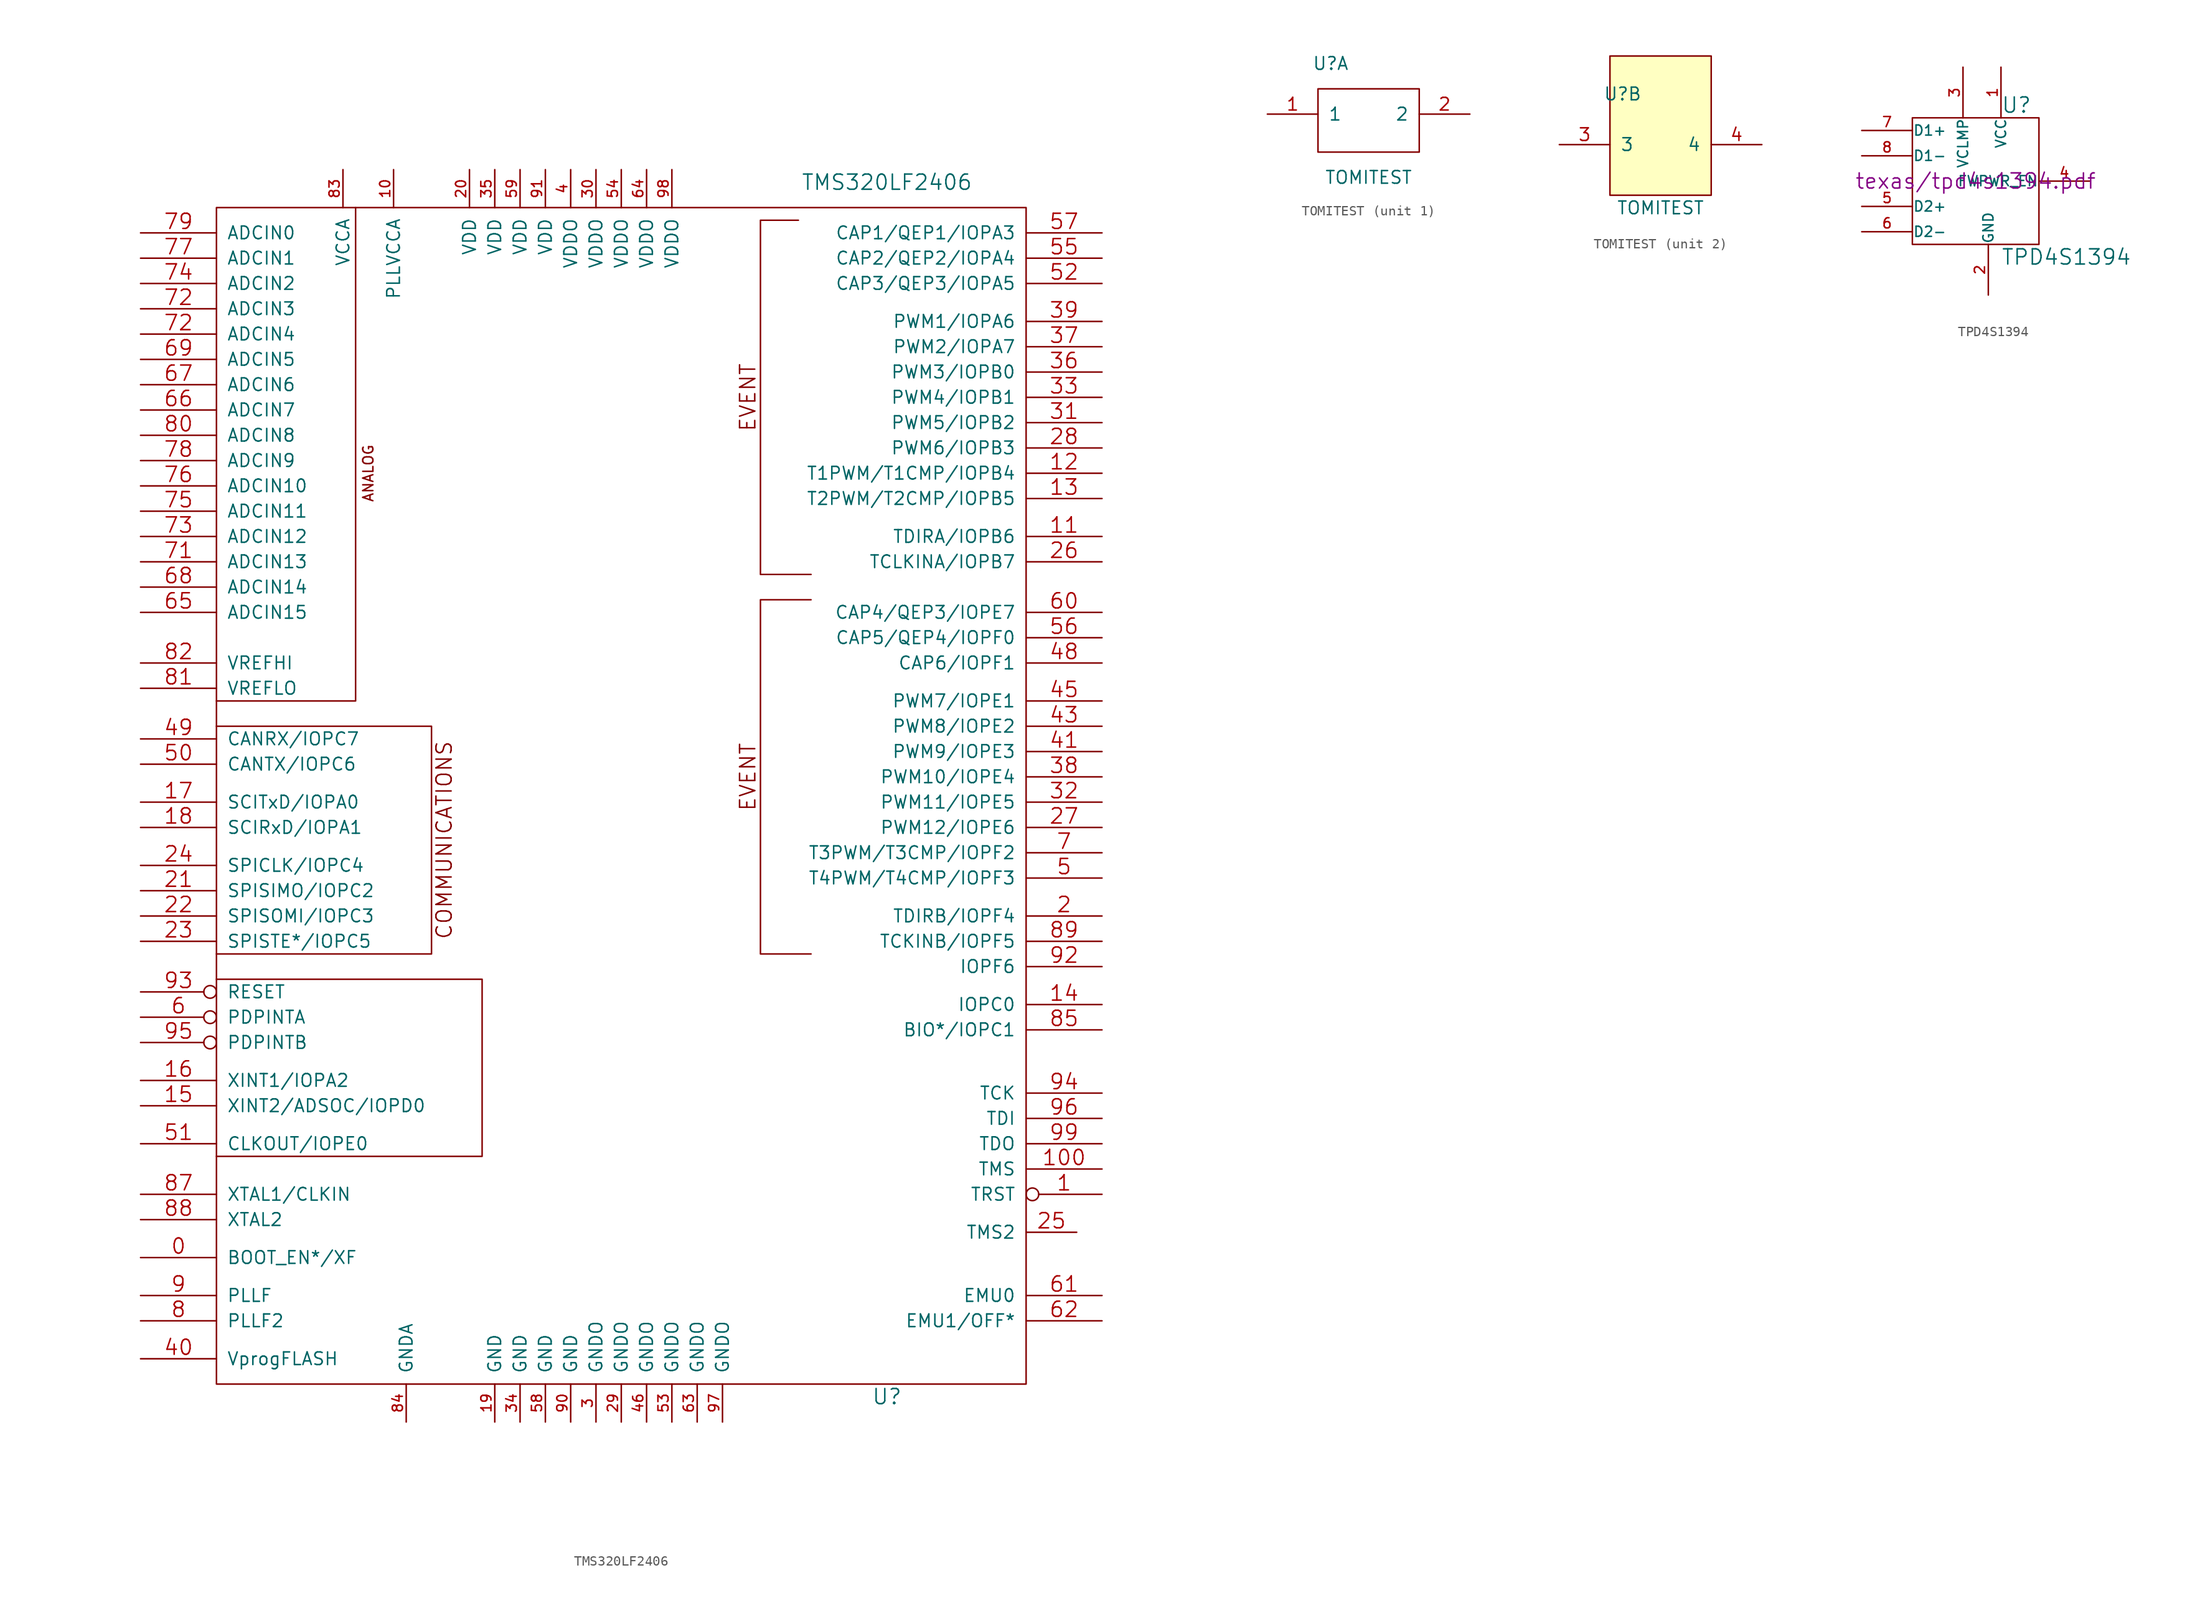
<source format=kicad_sym>
(kicad_symbol_lib
  (version 20211014)
  (generator kicad_symbol_editor)
  (symbol "TMS320LF2406"
    (pin_names
      (offset 1.016))
    (property "Reference" "U"
      (at 26.67 -60.96 0)
      (effects (font (size 1.524 1.524))))
    (property "Value" "TMS320LF2406"
      (at 26.67 60.96 0)
      (effects (font (size 1.524 1.524))))
    (property "Footprint" ""
      (at 0 0 0)
      (effects (font (size 1.524 1.524))))
    (property "Datasheet" ""
      (at 0 0 0)
      (effects (font (size 1.524 1.524))))
    (symbol "TMS320LF2406_0_1"
      (rectangle (start -40.64 58.42) (end 40.64 -59.69) (stroke (width 0) (type default) (color 0 0 0 0)) (fill (type none)))
      (polyline (pts (xy -26.67 58.42) (xy -26.67 8.89) (xy -40.64 8.89)) (stroke (width 0) (type default) (color 0 0 0 0)) (fill (type none)))
      (polyline (pts (xy -40.64 -19.05) (xy -13.97 -19.05) (xy -13.97 -36.83) (xy -40.64 -36.83)) (stroke (width 0) (type default) (color 0 0 0 0)) (fill (type none)))
      (polyline (pts (xy -40.64 6.35) (xy -19.05 6.35) (xy -19.05 -16.51) (xy -40.64 -16.51)) (stroke (width 0) (type default) (color 0 0 0 0)) (fill (type none)))
      (polyline (pts (xy 17.78 57.15) (xy 13.97 57.15) (xy 13.97 21.59) (xy 19.05 21.59)) (stroke (width 0) (type default) (color 0 0 0 0)) (fill (type none)))
      (polyline (pts (xy 19.05 19.05) (xy 13.97 19.05) (xy 13.97 -16.51) (xy 19.05 -16.51)) (stroke (width 0) (type default) (color 0 0 0 0)) (fill (type none)))
      (text "ANALOG" (at -25.4 31.75 1) (effects (font (size 1.016 1.016))))
      (text "COMMUNICATIONS" (at -17.78 -5.08 1) (effects (font (size 1.524 1.524))))
      (text "EVENT" (at 12.7 1.27 1) (effects (font (size 1.524 1.524))))
      (text "EVENT" (at 12.7 39.37 1) (effects (font (size 1.524 1.524))))
      (pin input line (at -48.26 53.34 0) (length 7.62) (name "ADCIN1" (effects (font (size 1.27 1.27)))) (number "77" (effects (font (size 1.524 1.524))))))
    (symbol "TMS320LF2406_1_1"
      (pin input line (at -48.26 -46.99 0) (length 7.62) (name "BOOT_EN*/XF" (effects (font (size 1.27 1.27)))) (number "0" (effects (font (size 1.524 1.524)))))
      (pin input inverted (at 48.26 -40.64 180) (length 7.62) (name "TRST" (effects (font (size 1.27 1.27)))) (number "1" (effects (font (size 1.524 1.524)))))
      (pin power_in line (at -22.86 62.23 270) (length 3.81) (name "PLLVCCA" (effects (font (size 1.27 1.27)))) (number "10" (effects (font (size 1.016 1.016)))))
      (pin input line (at 48.26 -38.1 180) (length 7.62) (name "TMS" (effects (font (size 1.27 1.27)))) (number "100" (effects (font (size 1.524 1.524)))))
      (pin bidirectional line (at 48.26 25.4 180) (length 7.62) (name "TDIRA/IOPB6" (effects (font (size 1.27 1.27)))) (number "11" (effects (font (size 1.524 1.524)))))
      (pin bidirectional line (at 48.26 31.75 180) (length 7.62) (name "T1PWM/T1CMP/IOPB4" (effects (font (size 1.27 1.27)))) (number "12" (effects (font (size 1.524 1.524)))))
      (pin bidirectional line (at 48.26 29.21 180) (length 7.62) (name "T2PWM/T2CMP/IOPB5" (effects (font (size 1.27 1.27)))) (number "13" (effects (font (size 1.524 1.524)))))
      (pin bidirectional line (at 48.26 -21.59 180) (length 7.62) (name "IOPC0" (effects (font (size 1.27 1.27)))) (number "14" (effects (font (size 1.524 1.524)))))
      (pin bidirectional line (at -48.26 -31.75 0) (length 7.62) (name "XINT2/ADSOC/IOPD0" (effects (font (size 1.27 1.27)))) (number "15" (effects (font (size 1.524 1.524)))))
      (pin bidirectional line (at -48.26 -29.21 0) (length 7.62) (name "XINT1/IOPA2" (effects (font (size 1.27 1.27)))) (number "16" (effects (font (size 1.524 1.524)))))
      (pin bidirectional line (at -48.26 -1.27 0) (length 7.62) (name "SCITxD/IOPA0" (effects (font (size 1.27 1.27)))) (number "17" (effects (font (size 1.524 1.524)))))
      (pin bidirectional line (at -48.26 -3.81 0) (length 7.62) (name "SCIRxD/IOPA1" (effects (font (size 1.27 1.27)))) (number "18" (effects (font (size 1.524 1.524)))))
      (pin power_in line (at -12.7 -63.5 90) (length 3.81) (name "GND" (effects (font (size 1.27 1.27)))) (number "19" (effects (font (size 1.016 1.016)))))
      (pin bidirectional line (at 48.26 -12.7 180) (length 7.62) (name "TDIRB/IOPF4" (effects (font (size 1.27 1.27)))) (number "2" (effects (font (size 1.524 1.524)))))
      (pin power_in line (at -15.24 62.23 270) (length 3.81) (name "VDD" (effects (font (size 1.27 1.27)))) (number "20" (effects (font (size 1.016 1.016)))))
      (pin bidirectional line (at -48.26 -10.16 0) (length 7.62) (name "SPISIMO/IOPC2" (effects (font (size 1.27 1.27)))) (number "21" (effects (font (size 1.524 1.524)))))
      (pin bidirectional line (at -48.26 -12.7 0) (length 7.62) (name "SPISOMI/IOPC3" (effects (font (size 1.27 1.27)))) (number "22" (effects (font (size 1.524 1.524)))))
      (pin bidirectional line (at -48.26 -15.24 0) (length 7.62) (name "SPISTE*/IOPC5" (effects (font (size 1.27 1.27)))) (number "23" (effects (font (size 1.524 1.524)))))
      (pin bidirectional line (at -48.26 -7.62 0) (length 7.62) (name "SPICLK/IOPC4" (effects (font (size 1.27 1.27)))) (number "24" (effects (font (size 1.524 1.524)))))
      (pin input line (at 45.72 -44.45 180) (length 5.08) (name "TMS2" (effects (font (size 1.27 1.27)))) (number "25" (effects (font (size 1.524 1.524)))))
      (pin bidirectional line (at 48.26 22.86 180) (length 7.62) (name "TCLKINA/IOPB7" (effects (font (size 1.27 1.27)))) (number "26" (effects (font (size 1.524 1.524)))))
      (pin bidirectional line (at 48.26 -3.81 180) (length 7.62) (name "PWM12/IOPE6" (effects (font (size 1.27 1.27)))) (number "27" (effects (font (size 1.524 1.524)))))
      (pin bidirectional line (at 48.26 34.29 180) (length 7.62) (name "PWM6/IOPB3" (effects (font (size 1.27 1.27)))) (number "28" (effects (font (size 1.524 1.524)))))
      (pin power_in line (at 0 -63.5 90) (length 3.81) (name "GNDO" (effects (font (size 1.27 1.27)))) (number "29" (effects (font (size 1.016 1.016)))))
      (pin power_in line (at -2.54 -63.5 90) (length 3.81) (name "GNDO" (effects (font (size 1.27 1.27)))) (number "3" (effects (font (size 1.016 1.016)))))
      (pin power_in line (at -2.54 62.23 270) (length 3.81) (name "VDDO" (effects (font (size 1.27 1.27)))) (number "30" (effects (font (size 1.016 1.016)))))
      (pin bidirectional line (at 48.26 36.83 180) (length 7.62) (name "PWM5/IOPB2" (effects (font (size 1.27 1.27)))) (number "31" (effects (font (size 1.524 1.524)))))
      (pin bidirectional line (at 48.26 -1.27 180) (length 7.62) (name "PWM11/IOPE5" (effects (font (size 1.27 1.27)))) (number "32" (effects (font (size 1.524 1.524)))))
      (pin bidirectional line (at 48.26 39.37 180) (length 7.62) (name "PWM4/IOPB1" (effects (font (size 1.27 1.27)))) (number "33" (effects (font (size 1.524 1.524)))))
      (pin power_in line (at -10.16 -63.5 90) (length 3.81) (name "GND" (effects (font (size 1.27 1.27)))) (number "34" (effects (font (size 1.016 1.016)))))
      (pin power_in line (at -12.7 62.23 270) (length 3.81) (name "VDD" (effects (font (size 1.27 1.27)))) (number "35" (effects (font (size 1.016 1.016)))))
      (pin bidirectional line (at 48.26 41.91 180) (length 7.62) (name "PWM3/IOPB0" (effects (font (size 1.27 1.27)))) (number "36" (effects (font (size 1.524 1.524)))))
      (pin bidirectional line (at 48.26 44.45 180) (length 7.62) (name "PWM2/IOPA7" (effects (font (size 1.27 1.27)))) (number "37" (effects (font (size 1.524 1.524)))))
      (pin bidirectional line (at 48.26 1.27 180) (length 7.62) (name "PWM10/IOPE4" (effects (font (size 1.27 1.27)))) (number "38" (effects (font (size 1.524 1.524)))))
      (pin bidirectional line (at 48.26 46.99 180) (length 7.62) (name "PWM1/IOPA6" (effects (font (size 1.27 1.27)))) (number "39" (effects (font (size 1.524 1.524)))))
      (pin power_in line (at -5.08 62.23 270) (length 3.81) (name "VDDO" (effects (font (size 1.27 1.27)))) (number "4" (effects (font (size 1.016 1.016)))))
      (pin input line (at -48.26 -57.15 0) (length 7.62) (name "VprogFLASH" (effects (font (size 1.27 1.27)))) (number "40" (effects (font (size 1.524 1.524)))))
      (pin bidirectional line (at 48.26 3.81 180) (length 7.62) (name "PWM9/IOPE3" (effects (font (size 1.27 1.27)))) (number "41" (effects (font (size 1.524 1.524)))))
      (pin bidirectional line (at 48.26 6.35 180) (length 7.62) (name "PWM8/IOPE2" (effects (font (size 1.27 1.27)))) (number "43" (effects (font (size 1.524 1.524)))))
      (pin bidirectional line (at 48.26 8.89 180) (length 7.62) (name "PWM7/IOPE1" (effects (font (size 1.27 1.27)))) (number "45" (effects (font (size 1.524 1.524)))))
      (pin power_in line (at 2.54 -63.5 90) (length 3.81) (name "GNDO" (effects (font (size 1.27 1.27)))) (number "46" (effects (font (size 1.016 1.016)))))
      (pin bidirectional line (at 48.26 12.7 180) (length 7.62) (name "CAP6/IOPF1" (effects (font (size 1.27 1.27)))) (number "48" (effects (font (size 1.524 1.524)))))
      (pin bidirectional line (at -48.26 5.08 0) (length 7.62) (name "CANRX/IOPC7" (effects (font (size 1.27 1.27)))) (number "49" (effects (font (size 1.524 1.524)))))
      (pin bidirectional line (at 48.26 -8.89 180) (length 7.62) (name "T4PWM/T4CMP/IOPF3" (effects (font (size 1.27 1.27)))) (number "5" (effects (font (size 1.524 1.524)))))
      (pin bidirectional line (at -48.26 2.54 0) (length 7.62) (name "CANTX/IOPC6" (effects (font (size 1.27 1.27)))) (number "50" (effects (font (size 1.524 1.524)))))
      (pin bidirectional line (at -48.26 -35.56 0) (length 7.62) (name "CLKOUT/IOPE0" (effects (font (size 1.27 1.27)))) (number "51" (effects (font (size 1.524 1.524)))))
      (pin bidirectional line (at 48.26 50.8 180) (length 7.62) (name "CAP3/QEP3/IOPA5" (effects (font (size 1.27 1.27)))) (number "52" (effects (font (size 1.524 1.524)))))
      (pin power_in line (at 5.08 -63.5 90) (length 3.81) (name "GNDO" (effects (font (size 1.27 1.27)))) (number "53" (effects (font (size 1.016 1.016)))))
      (pin power_in line (at 0 62.23 270) (length 3.81) (name "VDDO" (effects (font (size 1.27 1.27)))) (number "54" (effects (font (size 1.016 1.016)))))
      (pin bidirectional line (at 48.26 53.34 180) (length 7.62) (name "CAP2/QEP2/IOPA4" (effects (font (size 1.27 1.27)))) (number "55" (effects (font (size 1.524 1.524)))))
      (pin bidirectional line (at 48.26 15.24 180) (length 7.62) (name "CAP5/QEP4/IOPF0" (effects (font (size 1.27 1.27)))) (number "56" (effects (font (size 1.524 1.524)))))
      (pin bidirectional line (at 48.26 55.88 180) (length 7.62) (name "CAP1/QEP1/IOPA3" (effects (font (size 1.27 1.27)))) (number "57" (effects (font (size 1.524 1.524)))))
      (pin power_in line (at -7.62 -63.5 90) (length 3.81) (name "GND" (effects (font (size 1.27 1.27)))) (number "58" (effects (font (size 1.016 1.016)))))
      (pin power_in line (at -10.16 62.23 270) (length 3.81) (name "VDD" (effects (font (size 1.27 1.27)))) (number "59" (effects (font (size 1.016 1.016)))))
      (pin input inverted (at -48.26 -22.86 0) (length 7.62) (name "PDPINTA" (effects (font (size 1.27 1.27)))) (number "6" (effects (font (size 1.524 1.524)))))
      (pin bidirectional line (at 48.26 17.78 180) (length 7.62) (name "CAP4/QEP3/IOPE7" (effects (font (size 1.27 1.27)))) (number "60" (effects (font (size 1.524 1.524)))))
      (pin bidirectional line (at 48.26 -50.8 180) (length 7.62) (name "EMU0" (effects (font (size 1.27 1.27)))) (number "61" (effects (font (size 1.524 1.524)))))
      (pin bidirectional line (at 48.26 -53.34 180) (length 7.62) (name "EMU1/OFF*" (effects (font (size 1.27 1.27)))) (number "62" (effects (font (size 1.524 1.524)))))
      (pin power_in line (at 7.62 -63.5 90) (length 3.81) (name "GNDO" (effects (font (size 1.27 1.27)))) (number "63" (effects (font (size 1.016 1.016)))))
      (pin power_in line (at 2.54 62.23 270) (length 3.81) (name "VDDO" (effects (font (size 1.27 1.27)))) (number "64" (effects (font (size 1.016 1.016)))))
      (pin input line (at -48.26 17.78 0) (length 7.62) (name "ADCIN15" (effects (font (size 1.27 1.27)))) (number "65" (effects (font (size 1.524 1.524)))))
      (pin input line (at -48.26 38.1 0) (length 7.62) (name "ADCIN7" (effects (font (size 1.27 1.27)))) (number "66" (effects (font (size 1.524 1.524)))))
      (pin input line (at -48.26 40.64 0) (length 7.62) (name "ADCIN6" (effects (font (size 1.27 1.27)))) (number "67" (effects (font (size 1.524 1.524)))))
      (pin input line (at -48.26 20.32 0) (length 7.62) (name "ADCIN14" (effects (font (size 1.27 1.27)))) (number "68" (effects (font (size 1.524 1.524)))))
      (pin input line (at -48.26 43.18 0) (length 7.62) (name "ADCIN5" (effects (font (size 1.27 1.27)))) (number "69" (effects (font (size 1.524 1.524)))))
      (pin bidirectional line (at 48.26 -6.35 180) (length 7.62) (name "T3PWM/T3CMP/IOPF2" (effects (font (size 1.27 1.27)))) (number "7" (effects (font (size 1.524 1.524)))))
      (pin input line (at -48.26 22.86 0) (length 7.62) (name "ADCIN13" (effects (font (size 1.27 1.27)))) (number "71" (effects (font (size 1.524 1.524)))))
      (pin input line (at -48.26 48.26 0) (length 7.62) (name "ADCIN3" (effects (font (size 1.27 1.27)))) (number "72" (effects (font (size 1.524 1.524)))))
      (pin input line (at -48.26 45.72 0) (length 7.62) (name "ADCIN4" (effects (font (size 1.27 1.27)))) (number "72" (effects (font (size 1.524 1.524)))))
      (pin input line (at -48.26 25.4 0) (length 7.62) (name "ADCIN12" (effects (font (size 1.27 1.27)))) (number "73" (effects (font (size 1.524 1.524)))))
      (pin input line (at -48.26 50.8 0) (length 7.62) (name "ADCIN2" (effects (font (size 1.27 1.27)))) (number "74" (effects (font (size 1.524 1.524)))))
      (pin input line (at -48.26 27.94 0) (length 7.62) (name "ADCIN11" (effects (font (size 1.27 1.27)))) (number "75" (effects (font (size 1.524 1.524)))))
      (pin input line (at -48.26 30.48 0) (length 7.62) (name "ADCIN10" (effects (font (size 1.27 1.27)))) (number "76" (effects (font (size 1.524 1.524)))))
      (pin input line (at -48.26 33.02 0) (length 7.62) (name "ADCIN9" (effects (font (size 1.27 1.27)))) (number "78" (effects (font (size 1.524 1.524)))))
      (pin input line (at -48.26 55.88 0) (length 7.62) (name "ADCIN0" (effects (font (size 1.27 1.27)))) (number "79" (effects (font (size 1.524 1.524)))))
      (pin input line (at -48.26 -53.34 0) (length 7.62) (name "PLLF2" (effects (font (size 1.27 1.27)))) (number "8" (effects (font (size 1.524 1.524)))))
      (pin input line (at -48.26 35.56 0) (length 7.62) (name "ADCIN8" (effects (font (size 1.27 1.27)))) (number "80" (effects (font (size 1.524 1.524)))))
      (pin input line (at -48.26 10.16 0) (length 7.62) (name "VREFLO" (effects (font (size 1.27 1.27)))) (number "81" (effects (font (size 1.524 1.524)))))
      (pin input line (at -48.26 12.7 0) (length 7.62) (name "VREFHI" (effects (font (size 1.27 1.27)))) (number "82" (effects (font (size 1.524 1.524)))))
      (pin power_in line (at -27.94 62.23 270) (length 3.81) (name "VCCA" (effects (font (size 1.27 1.27)))) (number "83" (effects (font (size 1.016 1.016)))))
      (pin power_in line (at -21.59 -63.5 90) (length 3.81) (name "GNDA" (effects (font (size 1.27 1.27)))) (number "84" (effects (font (size 1.016 1.016)))))
      (pin bidirectional line (at 48.26 -24.13 180) (length 7.62) (name "BIO*/IOPC1" (effects (font (size 1.27 1.27)))) (number "85" (effects (font (size 1.524 1.524)))))
      (pin input line (at -48.26 -40.64 0) (length 7.62) (name "XTAL1/CLKIN" (effects (font (size 1.27 1.27)))) (number "87" (effects (font (size 1.524 1.524)))))
      (pin output line (at -48.26 -43.18 0) (length 7.62) (name "XTAL2" (effects (font (size 1.27 1.27)))) (number "88" (effects (font (size 1.524 1.524)))))
      (pin bidirectional line (at 48.26 -15.24 180) (length 7.62) (name "TCKINB/IOPF5" (effects (font (size 1.27 1.27)))) (number "89" (effects (font (size 1.524 1.524)))))
      (pin input line (at -48.26 -50.8 0) (length 7.62) (name "PLLF" (effects (font (size 1.27 1.27)))) (number "9" (effects (font (size 1.524 1.524)))))
      (pin power_in line (at -5.08 -63.5 90) (length 3.81) (name "GND" (effects (font (size 1.27 1.27)))) (number "90" (effects (font (size 1.016 1.016)))))
      (pin power_in line (at -7.62 62.23 270) (length 3.81) (name "VDD" (effects (font (size 1.27 1.27)))) (number "91" (effects (font (size 1.016 1.016)))))
      (pin bidirectional line (at 48.26 -17.78 180) (length 7.62) (name "IOPF6" (effects (font (size 1.27 1.27)))) (number "92" (effects (font (size 1.524 1.524)))))
      (pin input inverted (at -48.26 -20.32 0) (length 7.62) (name "RESET" (effects (font (size 1.27 1.27)))) (number "93" (effects (font (size 1.524 1.524)))))
      (pin bidirectional line (at 48.26 -30.48 180) (length 7.62) (name "TCK" (effects (font (size 1.27 1.27)))) (number "94" (effects (font (size 1.524 1.524)))))
      (pin input inverted (at -48.26 -25.4 0) (length 7.62) (name "PDPINTB" (effects (font (size 1.27 1.27)))) (number "95" (effects (font (size 1.524 1.524)))))
      (pin input line (at 48.26 -33.02 180) (length 7.62) (name "TDI" (effects (font (size 1.27 1.27)))) (number "96" (effects (font (size 1.524 1.524)))))
      (pin power_in line (at 10.16 -63.5 90) (length 3.81) (name "GNDO" (effects (font (size 1.27 1.27)))) (number "97" (effects (font (size 1.016 1.016)))))
      (pin power_in line (at 5.08 62.23 270) (length 3.81) (name "VDDO" (effects (font (size 1.27 1.27)))) (number "98" (effects (font (size 1.016 1.016)))))
      (pin output line (at 48.26 -35.56 180) (length 7.62) (name "TDO" (effects (font (size 1.27 1.27)))) (number "99" (effects (font (size 1.524 1.524)))))))
  (symbol "TOMITEST"
    (pin_names
      (offset 1.016))
    (property "Reference" "U"
      (at -3.81 11.43 0)
      (effects (font (size 1.27 1.27))))
    (property "Value" "TOMITEST"
      (at 0 0 0)
      (effects (font (size 1.27 1.27))))
    (symbol "TOMITEST_1_1"
      (rectangle (start -5.08 8.89) (end 5.08 2.54) (stroke (width 0) (type default) (color 0 0 0 0)) (fill (type none)))
      (pin input line (at -10.16 6.35 0) (length 5.08) (name "1" (effects (font (size 1.27 1.27)))) (number "1" (effects (font (size 1.27 1.27)))))
      (pin input line (at 10.16 6.35 180) (length 5.08) (name "2" (effects (font (size 1.27 1.27)))) (number "2" (effects (font (size 1.27 1.27))))))
    (symbol "TOMITEST_2_1"
      (rectangle (start -5.08 15.24) (end 5.08 1.27) (stroke (width 0) (type default) (color 0 0 0 0)) (fill (type background)))
      (pin input line (at -10.16 6.35 0) (length 5.08) (name "3" (effects (font (size 1.27 1.27)))) (number "3" (effects (font (size 1.27 1.27)))))
      (pin input line (at 10.16 6.35 180) (length 5.08) (name "4" (effects (font (size 1.27 1.27)))) (number "4" (effects (font (size 1.27 1.27)))))))
  (symbol "TPD4S1394"
    (pin_names
      (offset 0.025))
    (property "Reference" "U"
      (at 2.54 7.62 0)
      (effects (font (size 1.524 1.524)) (justify left)))
    (property "Value" "TPD4S1394"
      (at 2.54 -7.62 0)
      (effects (font (size 1.524 1.524)) (justify left)))
    (property "Footprint" ""
      (at 0 0 0)
      (effects (font (size 1.524 1.524))))
    (property "Datasheet" "texas/tpd4s1394.pdf"
      (at 0 0 0)
      (effects (font (size 1.524 1.524))))
    (symbol "TPD4S1394_0_1"
      (rectangle (start -6.35 6.35) (end 6.35 -6.35) (stroke (width 0) (type default) (color 0 0 0 0)) (fill (type none))))
    (symbol "TPD4S1394_1_1"
      (pin passive line (at 2.54 11.43 270) (length 5.08) (name "VCC" (effects (font (size 1.016 1.016)))) (number "1" (effects (font (size 1.016 1.016)))))
      (pin passive line (at 1.27 -11.43 90) (length 5.08) (name "GND" (effects (font (size 1.016 1.016)))) (number "2" (effects (font (size 1.016 1.016)))))
      (pin passive line (at -1.27 11.43 270) (length 5.08) (name "VCLMP" (effects (font (size 1.016 1.016)))) (number "3" (effects (font (size 1.016 1.016)))))
      (pin passive line (at 11.43 0 180) (length 5.08) (name "FWPWR_EN" (effects (font (size 1.016 1.016)))) (number "4" (effects (font (size 1.016 1.016)))))
      (pin passive line (at -11.43 -2.54 0) (length 5.08) (name "D2+" (effects (font (size 1.016 1.016)))) (number "5" (effects (font (size 1.016 1.016)))))
      (pin passive line (at -11.43 -5.08 0) (length 5.08) (name "D2-" (effects (font (size 1.016 1.016)))) (number "6" (effects (font (size 1.016 1.016)))))
      (pin passive line (at -11.43 5.08 0) (length 5.08) (name "D1+" (effects (font (size 1.016 1.016)))) (number "7" (effects (font (size 1.016 1.016)))))
      (pin passive line (at -11.43 2.54 0) (length 5.08) (name "D1-" (effects (font (size 1.016 1.016)))) (number "8" (effects (font (size 1.016 1.016))))))))
</source>
